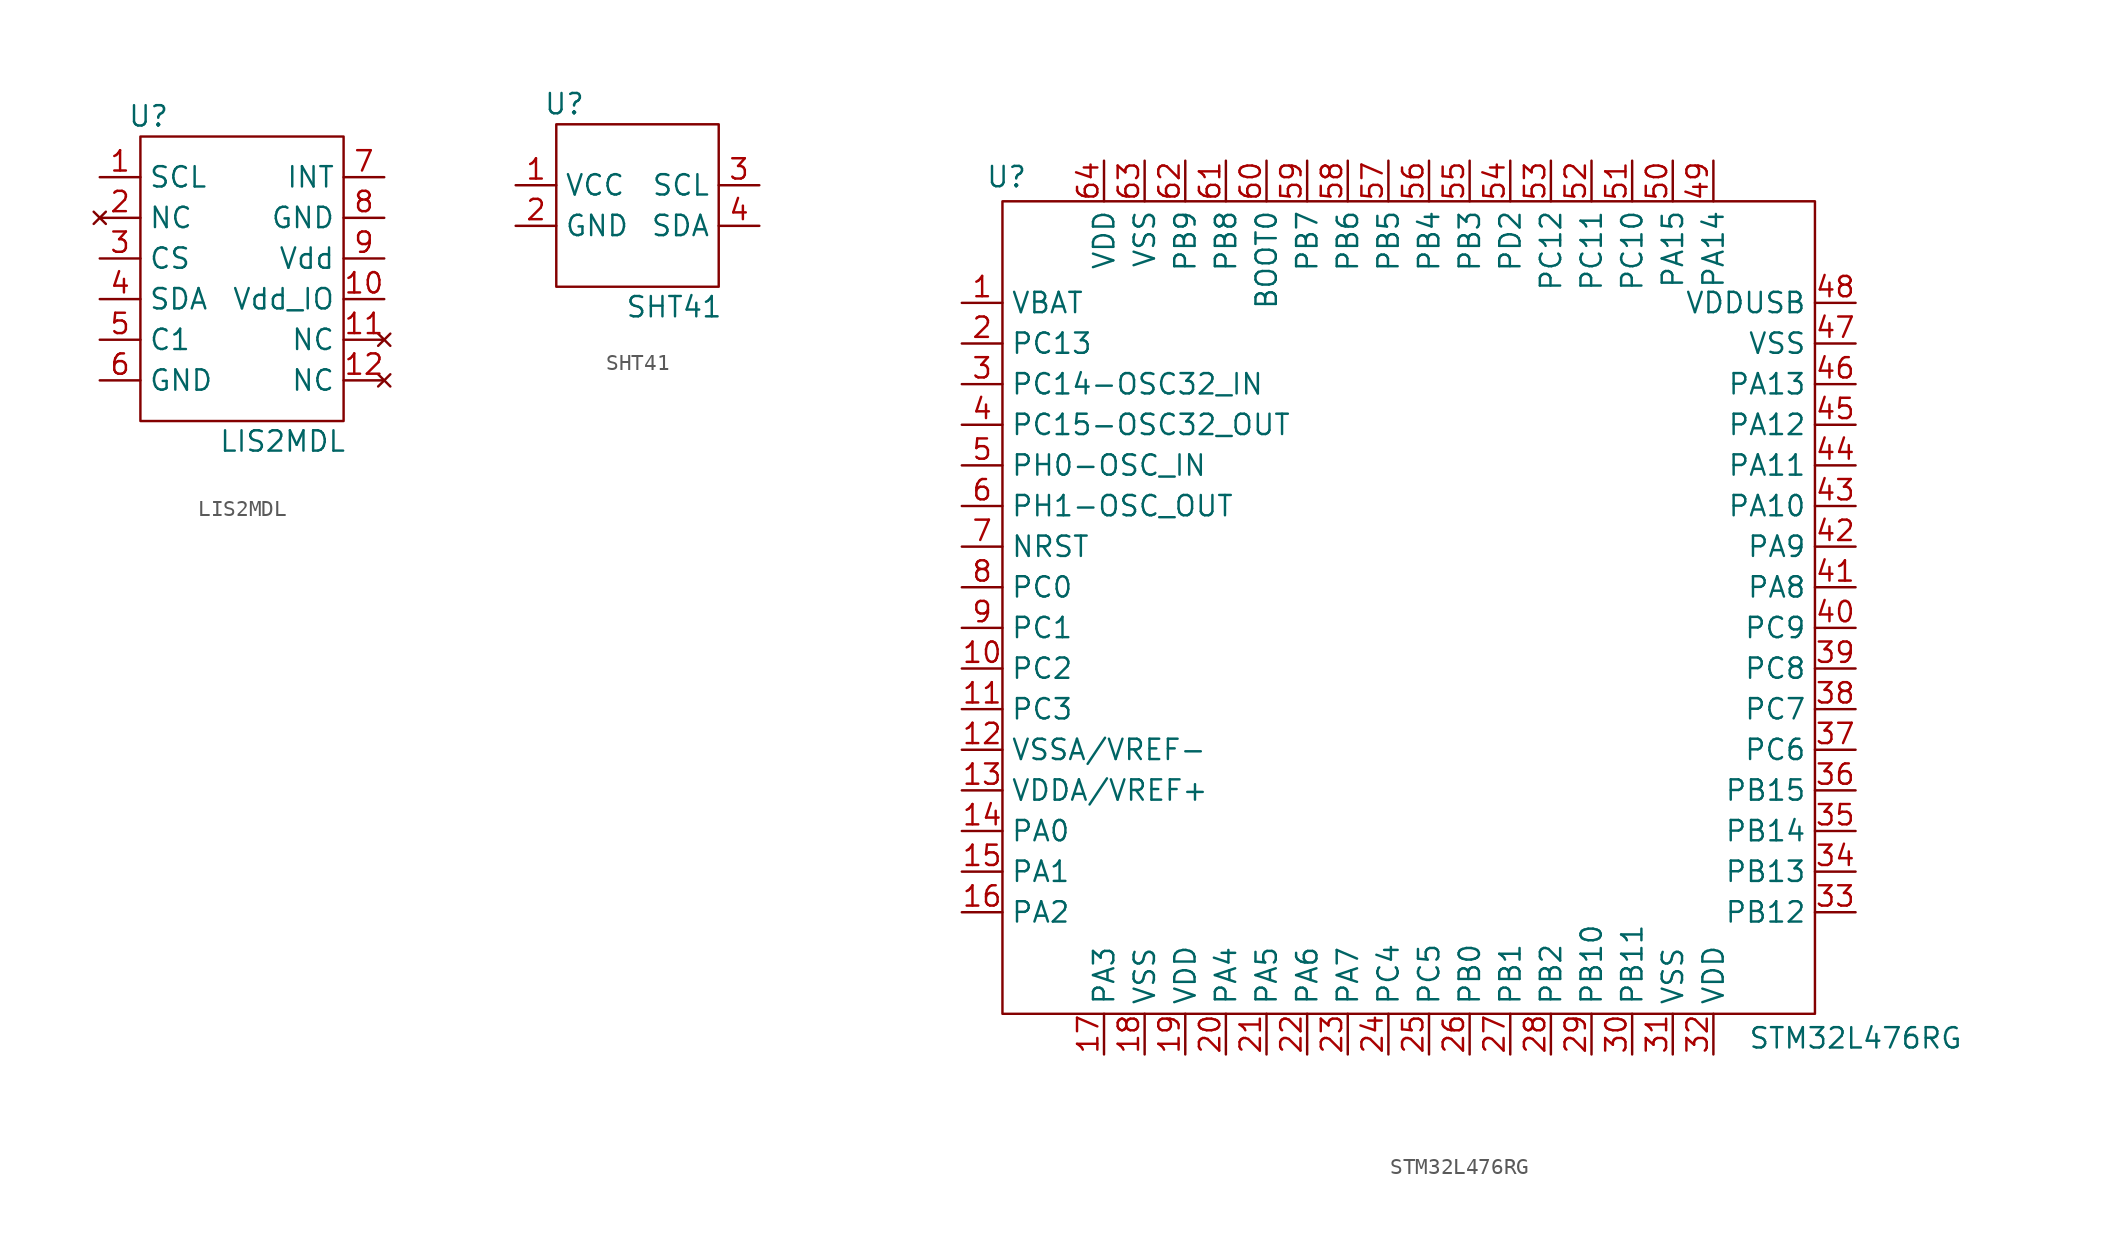
<source format=kicad_sym>
(kicad_symbol_lib
  (version 20231120)
  (generator "kicad_symbol_editor")
  (generator_version "8.0")
  (symbol "LIS2MDL"
    (property "Reference" "U"
      (at -5.842 10.16 0)
      (do_not_autoplace)
      (effects (font (size 1.27 1.27))))
    (property "Value" "LIS2MDL"
      (at 2.54 -10.16 0)
      (do_not_autoplace)
      (effects (font (size 1.27 1.27))))
    (symbol "LIS2MDL_0_1"
      (rectangle (start -6.35 8.89) (end 6.35 -8.89) (stroke (width 0) (type default)) (fill (type none))))
    (symbol "LIS2MDL_1_1"
      (pin input line (at -8.89 6.35 0) (length 2.54) (name "SCL" (effects (font (size 1.27 1.27)))) (number "1" (effects (font (size 1.27 1.27)))))
      (pin power_in line (at 8.89 -1.27 180) (length 2.54) (name "Vdd_IO" (effects (font (size 1.27 1.27)))) (number "10" (effects (font (size 1.27 1.27)))))
      (pin no_connect line (at 8.89 -3.81 180) (length 2.54) (name "NC" (effects (font (size 1.27 1.27)))) (number "11" (effects (font (size 1.27 1.27)))))
      (pin no_connect line (at 8.89 -6.35 180) (length 2.54) (name "NC" (effects (font (size 1.27 1.27)))) (number "12" (effects (font (size 1.27 1.27)))))
      (pin no_connect line (at -8.89 3.81 0) (length 2.54) (name "NC" (effects (font (size 1.27 1.27)))) (number "2" (effects (font (size 1.27 1.27)))))
      (pin input line (at -8.89 1.27 0) (length 2.54) (name "CS" (effects (font (size 1.27 1.27)))) (number "3" (effects (font (size 1.27 1.27)))))
      (pin bidirectional line (at -8.89 -1.27 0) (length 2.54) (name "SDA" (effects (font (size 1.27 1.27)))) (number "4" (effects (font (size 1.27 1.27)))))
      (pin bidirectional line (at -8.89 -3.81 0) (length 2.54) (name "C1" (effects (font (size 1.27 1.27)))) (number "5" (effects (font (size 1.27 1.27)))))
      (pin power_out line (at -8.89 -6.35 0) (length 2.54) (name "GND" (effects (font (size 1.27 1.27)))) (number "6" (effects (font (size 1.27 1.27)))))
      (pin output line (at 8.89 6.35 180) (length 2.54) (name "INT" (effects (font (size 1.27 1.27)))) (number "7" (effects (font (size 1.27 1.27)))))
      (pin power_out line (at 8.89 3.81 180) (length 2.54) (name "GND" (effects (font (size 1.27 1.27)))) (number "8" (effects (font (size 1.27 1.27)))))
      (pin power_in line (at 8.89 1.27 180) (length 2.54) (name "Vdd" (effects (font (size 1.27 1.27)))) (number "9" (effects (font (size 1.27 1.27)))))))
  (symbol "SHT41"
    (property "Reference" "U"
      (at -4.572 6.35 0)
      (do_not_autoplace)
      (effects (font (size 1.27 1.27))))
    (property "Value" "SHT41"
      (at 2.286 -6.35 0)
      (do_not_autoplace)
      (effects (font (size 1.27 1.27))))
    (symbol "SHT41_0_1"
      (rectangle (start -5.08 5.08) (end 5.08 -5.08) (stroke (width 0) (type default)) (fill (type none))))
    (symbol "SHT41_1_1"
      (pin power_in line (at -7.62 1.27 0) (length 2.54) (name "VCC" (effects (font (size 1.27 1.27)))) (number "1" (effects (font (size 1.27 1.27)))))
      (pin power_out line (at -7.62 -1.27 0) (length 2.54) (name "GND" (effects (font (size 1.27 1.27)))) (number "2" (effects (font (size 1.27 1.27)))))
      (pin input line (at 7.62 1.27 180) (length 2.54) (name "SCL" (effects (font (size 1.27 1.27)))) (number "3" (effects (font (size 1.27 1.27)))))
      (pin bidirectional line (at 7.62 -1.27 180) (length 2.54) (name "SDA" (effects (font (size 1.27 1.27)))) (number "4" (effects (font (size 1.27 1.27)))))))
  (symbol "STM32L476RG"
    (property "Reference" "U"
      (at -25.146 26.924 0)
      (do_not_autoplace)
      (effects (font (size 1.27 1.27))))
    (property "Value" "STM32L476RG"
      (at 27.94 -26.924 0)
      (do_not_autoplace)
      (effects (font (size 1.27 1.27))))
    (symbol "STM32L476RG_1_1"
      (rectangle (start -25.4 25.4) (end 25.4 -25.4) (stroke (width 0) (type default)) (fill (type none)))
      (pin power_in line (at -27.94 19.05 0) (length 2.54) (name "VBAT" (effects (font (size 1.27 1.27)))) (number "1" (effects (font (size 1.27 1.27)))))
      (pin bidirectional line (at -27.94 -3.81 0) (length 2.54) (name "PC2" (effects (font (size 1.27 1.27)))) (number "10" (effects (font (size 1.27 1.27)))))
      (pin bidirectional line (at -27.94 -6.35 0) (length 2.54) (name "PC3" (effects (font (size 1.27 1.27)))) (number "11" (effects (font (size 1.27 1.27)))))
      (pin power_out line (at -27.94 -8.89 0) (length 2.54) (name "VSSA/VREF-" (effects (font (size 1.27 1.27)))) (number "12" (effects (font (size 1.27 1.27)))))
      (pin power_in line (at -27.94 -11.43 0) (length 2.54) (name "VDDA/VREF+" (effects (font (size 1.27 1.27)))) (number "13" (effects (font (size 1.27 1.27)))))
      (pin bidirectional line (at -27.94 -13.97 0) (length 2.54) (name "PA0" (effects (font (size 1.27 1.27)))) (number "14" (effects (font (size 1.27 1.27)))))
      (pin bidirectional line (at -27.94 -16.51 0) (length 2.54) (name "PA1" (effects (font (size 1.27 1.27)))) (number "15" (effects (font (size 1.27 1.27)))))
      (pin bidirectional line (at -27.94 -19.05 0) (length 2.54) (name "PA2" (effects (font (size 1.27 1.27)))) (number "16" (effects (font (size 1.27 1.27)))))
      (pin bidirectional line (at -19.05 -27.94 90) (length 2.54) (name "PA3" (effects (font (size 1.27 1.27)))) (number "17" (effects (font (size 1.27 1.27)))))
      (pin power_out line (at -16.51 -27.94 90) (length 2.54) (name "VSS" (effects (font (size 1.27 1.27)))) (number "18" (effects (font (size 1.27 1.27)))))
      (pin power_in line (at -13.97 -27.94 90) (length 2.54) (name "VDD" (effects (font (size 1.27 1.27)))) (number "19" (effects (font (size 1.27 1.27)))))
      (pin bidirectional line (at -27.94 16.51 0) (length 2.54) (name "PC13" (effects (font (size 1.27 1.27)))) (number "2" (effects (font (size 1.27 1.27)))))
      (pin bidirectional line (at -11.43 -27.94 90) (length 2.54) (name "PA4" (effects (font (size 1.27 1.27)))) (number "20" (effects (font (size 1.27 1.27)))))
      (pin bidirectional line (at -8.89 -27.94 90) (length 2.54) (name "PA5" (effects (font (size 1.27 1.27)))) (number "21" (effects (font (size 1.27 1.27)))))
      (pin bidirectional line (at -6.35 -27.94 90) (length 2.54) (name "PA6" (effects (font (size 1.27 1.27)))) (number "22" (effects (font (size 1.27 1.27)))))
      (pin bidirectional line (at -3.81 -27.94 90) (length 2.54) (name "PA7" (effects (font (size 1.27 1.27)))) (number "23" (effects (font (size 1.27 1.27)))))
      (pin bidirectional line (at -1.27 -27.94 90) (length 2.54) (name "PC4" (effects (font (size 1.27 1.27)))) (number "24" (effects (font (size 1.27 1.27)))))
      (pin bidirectional line (at 1.27 -27.94 90) (length 2.54) (name "PC5" (effects (font (size 1.27 1.27)))) (number "25" (effects (font (size 1.27 1.27)))))
      (pin bidirectional line (at 3.81 -27.94 90) (length 2.54) (name "PB0" (effects (font (size 1.27 1.27)))) (number "26" (effects (font (size 1.27 1.27)))))
      (pin bidirectional line (at 6.35 -27.94 90) (length 2.54) (name "PB1" (effects (font (size 1.27 1.27)))) (number "27" (effects (font (size 1.27 1.27)))))
      (pin bidirectional line (at 8.89 -27.94 90) (length 2.54) (name "PB2" (effects (font (size 1.27 1.27)))) (number "28" (effects (font (size 1.27 1.27)))))
      (pin bidirectional line (at 11.43 -27.94 90) (length 2.54) (name "PB10" (effects (font (size 1.27 1.27)))) (number "29" (effects (font (size 1.27 1.27)))))
      (pin bidirectional line (at -27.94 13.97 0) (length 2.54) (name "PC14-OSC32_IN" (effects (font (size 1.27 1.27)))) (number "3" (effects (font (size 1.27 1.27)))))
      (pin bidirectional line (at 13.97 -27.94 90) (length 2.54) (name "PB11" (effects (font (size 1.27 1.27)))) (number "30" (effects (font (size 1.27 1.27)))))
      (pin power_out line (at 16.51 -27.94 90) (length 2.54) (name "VSS" (effects (font (size 1.27 1.27)))) (number "31" (effects (font (size 1.27 1.27)))))
      (pin power_in line (at 19.05 -27.94 90) (length 2.54) (name "VDD" (effects (font (size 1.27 1.27)))) (number "32" (effects (font (size 1.27 1.27)))))
      (pin bidirectional line (at 27.94 -19.05 180) (length 2.54) (name "PB12" (effects (font (size 1.27 1.27)))) (number "33" (effects (font (size 1.27 1.27)))))
      (pin bidirectional line (at 27.94 -16.51 180) (length 2.54) (name "PB13" (effects (font (size 1.27 1.27)))) (number "34" (effects (font (size 1.27 1.27)))))
      (pin bidirectional line (at 27.94 -13.97 180) (length 2.54) (name "PB14" (effects (font (size 1.27 1.27)))) (number "35" (effects (font (size 1.27 1.27)))))
      (pin bidirectional line (at 27.94 -11.43 180) (length 2.54) (name "PB15" (effects (font (size 1.27 1.27)))) (number "36" (effects (font (size 1.27 1.27)))))
      (pin bidirectional line (at 27.94 -8.89 180) (length 2.54) (name "PC6" (effects (font (size 1.27 1.27)))) (number "37" (effects (font (size 1.27 1.27)))))
      (pin bidirectional line (at 27.94 -6.35 180) (length 2.54) (name "PC7" (effects (font (size 1.27 1.27)))) (number "38" (effects (font (size 1.27 1.27)))))
      (pin bidirectional line (at 27.94 -3.81 180) (length 2.54) (name "PC8" (effects (font (size 1.27 1.27)))) (number "39" (effects (font (size 1.27 1.27)))))
      (pin bidirectional line (at -27.94 11.43 0) (length 2.54) (name "PC15-OSC32_OUT" (effects (font (size 1.27 1.27)))) (number "4" (effects (font (size 1.27 1.27)))))
      (pin bidirectional line (at 27.94 -1.27 180) (length 2.54) (name "PC9" (effects (font (size 1.27 1.27)))) (number "40" (effects (font (size 1.27 1.27)))))
      (pin bidirectional line (at 27.94 1.27 180) (length 2.54) (name "PA8" (effects (font (size 1.27 1.27)))) (number "41" (effects (font (size 1.27 1.27)))))
      (pin bidirectional line (at 27.94 3.81 180) (length 2.54) (name "PA9" (effects (font (size 1.27 1.27)))) (number "42" (effects (font (size 1.27 1.27)))))
      (pin bidirectional line (at 27.94 6.35 180) (length 2.54) (name "PA10" (effects (font (size 1.27 1.27)))) (number "43" (effects (font (size 1.27 1.27)))))
      (pin bidirectional line (at 27.94 8.89 180) (length 2.54) (name "PA11" (effects (font (size 1.27 1.27)))) (number "44" (effects (font (size 1.27 1.27)))))
      (pin bidirectional line (at 27.94 11.43 180) (length 2.54) (name "PA12" (effects (font (size 1.27 1.27)))) (number "45" (effects (font (size 1.27 1.27)))))
      (pin bidirectional line (at 27.94 13.97 180) (length 2.54) (name "PA13" (effects (font (size 1.27 1.27)))) (number "46" (effects (font (size 1.27 1.27)))))
      (pin power_out line (at 27.94 16.51 180) (length 2.54) (name "VSS" (effects (font (size 1.27 1.27)))) (number "47" (effects (font (size 1.27 1.27)))))
      (pin power_in line (at 27.94 19.05 180) (length 2.54) (name "VDDUSB" (effects (font (size 1.27 1.27)))) (number "48" (effects (font (size 1.27 1.27)))))
      (pin bidirectional line (at 19.05 27.94 270) (length 2.54) (name "PA14" (effects (font (size 1.27 1.27)))) (number "49" (effects (font (size 1.27 1.27)))))
      (pin bidirectional line (at -27.94 8.89 0) (length 2.54) (name "PH0-OSC_IN" (effects (font (size 1.27 1.27)))) (number "5" (effects (font (size 1.27 1.27)))))
      (pin bidirectional line (at 16.51 27.94 270) (length 2.54) (name "PA15" (effects (font (size 1.27 1.27)))) (number "50" (effects (font (size 1.27 1.27)))))
      (pin bidirectional line (at 13.97 27.94 270) (length 2.54) (name "PC10" (effects (font (size 1.27 1.27)))) (number "51" (effects (font (size 1.27 1.27)))))
      (pin bidirectional line (at 11.43 27.94 270) (length 2.54) (name "PC11" (effects (font (size 1.27 1.27)))) (number "52" (effects (font (size 1.27 1.27)))))
      (pin bidirectional line (at 8.89 27.94 270) (length 2.54) (name "PC12" (effects (font (size 1.27 1.27)))) (number "53" (effects (font (size 1.27 1.27)))))
      (pin bidirectional line (at 6.35 27.94 270) (length 2.54) (name "PD2" (effects (font (size 1.27 1.27)))) (number "54" (effects (font (size 1.27 1.27)))))
      (pin bidirectional line (at 3.81 27.94 270) (length 2.54) (name "PB3" (effects (font (size 1.27 1.27)))) (number "55" (effects (font (size 1.27 1.27)))))
      (pin bidirectional line (at 1.27 27.94 270) (length 2.54) (name "PB4" (effects (font (size 1.27 1.27)))) (number "56" (effects (font (size 1.27 1.27)))))
      (pin bidirectional line (at -1.27 27.94 270) (length 2.54) (name "PB5" (effects (font (size 1.27 1.27)))) (number "57" (effects (font (size 1.27 1.27)))))
      (pin bidirectional line (at -3.81 27.94 270) (length 2.54) (name "PB6" (effects (font (size 1.27 1.27)))) (number "58" (effects (font (size 1.27 1.27)))))
      (pin bidirectional line (at -6.35 27.94 270) (length 2.54) (name "PB7" (effects (font (size 1.27 1.27)))) (number "59" (effects (font (size 1.27 1.27)))))
      (pin bidirectional line (at -27.94 6.35 0) (length 2.54) (name "PH1-OSC_OUT" (effects (font (size 1.27 1.27)))) (number "6" (effects (font (size 1.27 1.27)))))
      (pin input line (at -8.89 27.94 270) (length 2.54) (name "BOOT0" (effects (font (size 1.27 1.27)))) (number "60" (effects (font (size 1.27 1.27)))))
      (pin bidirectional line (at -11.43 27.94 270) (length 2.54) (name "PB8" (effects (font (size 1.27 1.27)))) (number "61" (effects (font (size 1.27 1.27)))))
      (pin bidirectional line (at -13.97 27.94 270) (length 2.54) (name "PB9" (effects (font (size 1.27 1.27)))) (number "62" (effects (font (size 1.27 1.27)))))
      (pin power_out line (at -16.51 27.94 270) (length 2.54) (name "VSS" (effects (font (size 1.27 1.27)))) (number "63" (effects (font (size 1.27 1.27)))))
      (pin power_in line (at -19.05 27.94 270) (length 2.54) (name "VDD" (effects (font (size 1.27 1.27)))) (number "64" (effects (font (size 1.27 1.27)))))
      (pin bidirectional line (at -27.94 3.81 0) (length 2.54) (name "NRST" (effects (font (size 1.27 1.27)))) (number "7" (effects (font (size 1.27 1.27)))))
      (pin bidirectional line (at -27.94 1.27 0) (length 2.54) (name "PC0" (effects (font (size 1.27 1.27)))) (number "8" (effects (font (size 1.27 1.27)))))
      (pin bidirectional line (at -27.94 -1.27 0) (length 2.54) (name "PC1" (effects (font (size 1.27 1.27)))) (number "9" (effects (font (size 1.27 1.27))))))))
</source>
